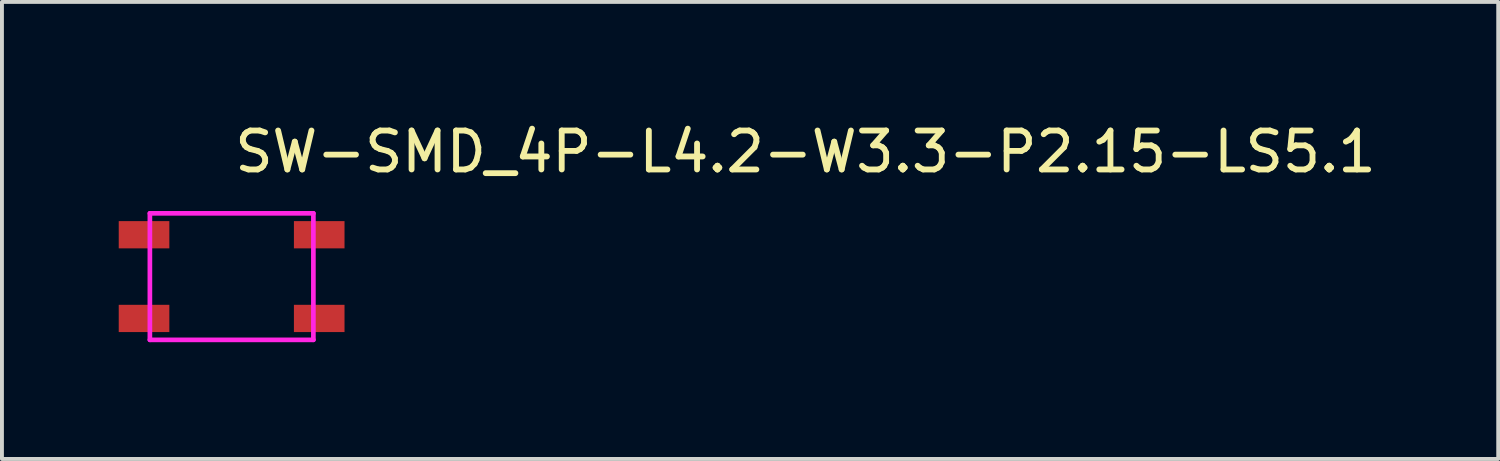
<source format=kicad_pcb>
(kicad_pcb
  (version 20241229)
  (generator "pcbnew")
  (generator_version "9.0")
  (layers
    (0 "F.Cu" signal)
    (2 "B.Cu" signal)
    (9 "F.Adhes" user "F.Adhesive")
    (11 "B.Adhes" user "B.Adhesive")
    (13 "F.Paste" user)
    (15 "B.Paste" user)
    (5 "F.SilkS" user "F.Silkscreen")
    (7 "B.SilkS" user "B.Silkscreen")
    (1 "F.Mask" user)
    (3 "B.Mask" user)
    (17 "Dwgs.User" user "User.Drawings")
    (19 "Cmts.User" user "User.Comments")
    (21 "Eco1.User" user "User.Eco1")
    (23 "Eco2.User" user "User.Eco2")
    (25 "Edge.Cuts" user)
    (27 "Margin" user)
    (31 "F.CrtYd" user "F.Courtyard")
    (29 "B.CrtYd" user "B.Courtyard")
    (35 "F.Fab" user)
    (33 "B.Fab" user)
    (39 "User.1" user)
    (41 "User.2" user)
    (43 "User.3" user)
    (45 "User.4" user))
  (footprint "SW-SMD_4P-L4.2-W3.3-P2.15-LS5.1"
    (layer "F.Cu")
    (at 2.9 4.055)
    (property "Reference" "SW-SMD_4P-L4.2-W3.3-P2.15-LS5.1" (at 0 -3.207 0) (layer "F.SilkS") (effects (font (size 1 1) (thickness 0.15)) (justify left)))
    (attr through_hole)
    (fp_circle (center -2.55 -1.625) (end -2.52 -1.625) (stroke (width 0.06) (type solid)) (fill no) (layer "Eco2.User"))
    (fp_poly (pts (xy -1.9 -1.35) (xy -1.9 -0.8) (xy -2.55 -0.8) (xy -2.55 -1.35)) (stroke (width 0.12) (type solid)) (fill no) (layer "Eco2.User"))
    (fp_poly (pts (xy -1.9 0.8) (xy -1.9 1.35) (xy -2.55 1.35) (xy -2.55 0.8)) (stroke (width 0.12) (type solid)) (fill no) (layer "Eco2.User"))
    (fp_poly (pts (xy 2.55 -1.35) (xy 2.55 -0.8) (xy 1.9 -0.8) (xy 1.9 -1.35)) (stroke (width 0.12) (type solid)) (fill no) (layer "Eco2.User"))
    (fp_poly (pts (xy 2.55 0.8) (xy 2.55 1.35) (xy 1.9 1.35) (xy 1.9 0.8)) (stroke (width 0.12) (type solid)) (fill no) (layer "Eco2.User"))
    (fp_line (start -2.1 -1.625) (end 2.1 -1.625) (stroke (width 0.12) (type solid)) (layer "F.CrtYd"))
    (fp_line (start -2.1 1.625) (end -2.1 -1.625) (stroke (width 0.12) (type solid)) (layer "F.CrtYd"))
    (fp_line (start 2.1 -1.625) (end 2.1 1.625) (stroke (width 0.12) (type solid)) (layer "F.CrtYd"))
    (fp_line (start 2.1 1.625) (end -2.1 1.625) (stroke (width 0.12) (type solid)) (layer "F.CrtYd"))
    (pad "1" smd rect (at -2.25 -1.075 90) (size 0.7 1.3) (layers "F.Cu" "F.Mask" "F.Paste"))
    (pad "2" smd rect (at 2.25 -1.075 90) (size 0.7 1.3) (layers "F.Cu" "F.Mask" "F.Paste"))
    (pad "3" smd rect (at -2.25 1.075 90) (size 0.7 1.3) (layers "F.Cu" "F.Mask" "F.Paste"))
    (pad "4" smd rect (at 2.25 1.075 90) (size 0.7 1.3) (layers "F.Cu" "F.Mask" "F.Paste")))
  (gr_rect
    (start -3 -3)
    (end 35.436 8.74)
    (stroke (width 0.1) (type default))
    (fill no)
    (layer "Edge.Cuts")))
</source>
